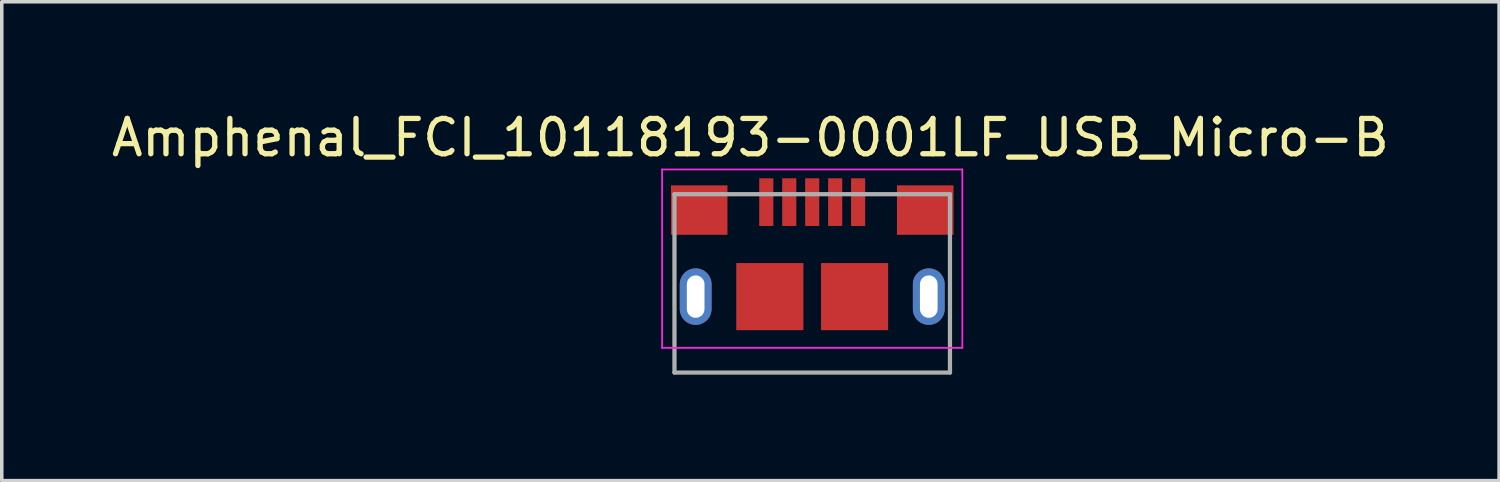
<source format=kicad_pcb>
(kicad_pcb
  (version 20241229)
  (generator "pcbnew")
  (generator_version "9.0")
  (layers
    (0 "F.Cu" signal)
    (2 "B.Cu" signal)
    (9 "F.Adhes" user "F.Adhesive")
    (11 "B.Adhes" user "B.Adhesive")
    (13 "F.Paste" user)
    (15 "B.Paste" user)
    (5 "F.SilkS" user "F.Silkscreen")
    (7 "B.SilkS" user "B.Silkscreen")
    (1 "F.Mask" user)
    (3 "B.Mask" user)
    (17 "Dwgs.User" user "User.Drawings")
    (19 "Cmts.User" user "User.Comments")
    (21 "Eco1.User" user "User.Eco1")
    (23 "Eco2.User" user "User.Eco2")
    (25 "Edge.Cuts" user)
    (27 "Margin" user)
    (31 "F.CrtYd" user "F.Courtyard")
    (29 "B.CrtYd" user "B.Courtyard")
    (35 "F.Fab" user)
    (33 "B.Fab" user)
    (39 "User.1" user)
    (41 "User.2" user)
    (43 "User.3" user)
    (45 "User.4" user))
  (footprint "Amphenal_FCI_10118193-0001LF_USB_Micro-B"
    (layer "F.Cu")
    (at 19.946 5.348)
    (property "Reference" "Amphenal_FCI_10118193-0001LF_USB_Micro-B" (at -1.75 -4.5 0) (layer "F.SilkS") (effects (font (size 1 1) (thickness 0.15))))
    (attr smd)
    (fp_line (start -4.25 -3.6) (end 4.25 -3.6) (stroke (width 0.05) (type solid)) (layer "F.CrtYd"))
    (fp_line (start -4.25 1.45) (end -4.25 -3.6) (stroke (width 0.05) (type solid)) (layer "F.CrtYd"))
    (fp_line (start 4.25 -3.6) (end 4.25 1.45) (stroke (width 0.05) (type solid)) (layer "F.CrtYd"))
    (fp_line (start 4.25 1.45) (end -4.25 1.45) (stroke (width 0.05) (type solid)) (layer "F.CrtYd"))
    (fp_line (start -3.9 -2.9) (end 3.9 -2.9) (stroke (width 0.12) (type solid)) (layer "F.Fab"))
    (fp_line (start -3.9 2.15) (end -3.9 -2.9) (stroke (width 0.12) (type solid)) (layer "F.Fab"))
    (fp_line (start -3.9 2.15) (end 3.9 2.15) (stroke (width 0.12) (type solid)) (layer "F.Fab"))
    (fp_line (start 3.9 -2.9) (end 3.9 2.15) (stroke (width 0.12) (type solid)) (layer "F.Fab"))
    (pad "1" smd rect (at -1.3 -2.675) (size 0.4 1.35) (layers "F.Cu" "F.Mask" "F.Paste"))
    (pad "2" smd rect (at -0.65 -2.675) (size 0.4 1.35) (layers "F.Cu" "F.Mask" "F.Paste"))
    (pad "3" smd rect (at 0 -2.675) (size 0.4 1.35) (layers "F.Cu" "F.Mask" "F.Paste"))
    (pad "4" smd rect (at 0.65 -2.675) (size 0.4 1.35) (layers "F.Cu" "F.Mask" "F.Paste"))
    (pad "5" smd rect (at 1.3 -2.675) (size 0.4 1.35) (layers "F.Cu" "F.Mask" "F.Paste"))
    (pad "6" thru_hole oval (at -3.3 0) (size 0.9 1.6) (drill oval 0.5 1.2) (layers "*.Cu" "*.Mask"))
    (pad "6" smd rect (at -3.2 -2.45) (size 1.6 1.4) (layers "F.Cu" "F.Mask" "F.Paste"))
    (pad "6" smd rect (at -1.2 0) (size 1.9 1.9) (layers "F.Cu" "F.Mask" "F.Paste"))
    (pad "6" smd rect (at 1.2 0) (size 1.9 1.9) (layers "F.Cu" "F.Mask" "F.Paste"))
    (pad "6" smd rect (at 3.2 -2.45) (size 1.6 1.4) (layers "F.Cu" "F.Mask" "F.Paste"))
    (pad "6" thru_hole oval (at 3.3 0) (size 0.9 1.6) (drill oval 0.5 1.2) (layers "*.Cu" "*.Mask")))
  (gr_rect
    (start -3 -3)
    (end 39.393 10.558)
    (stroke (width 0.1) (type default))
    (fill no)
    (layer "Edge.Cuts")))
</source>
